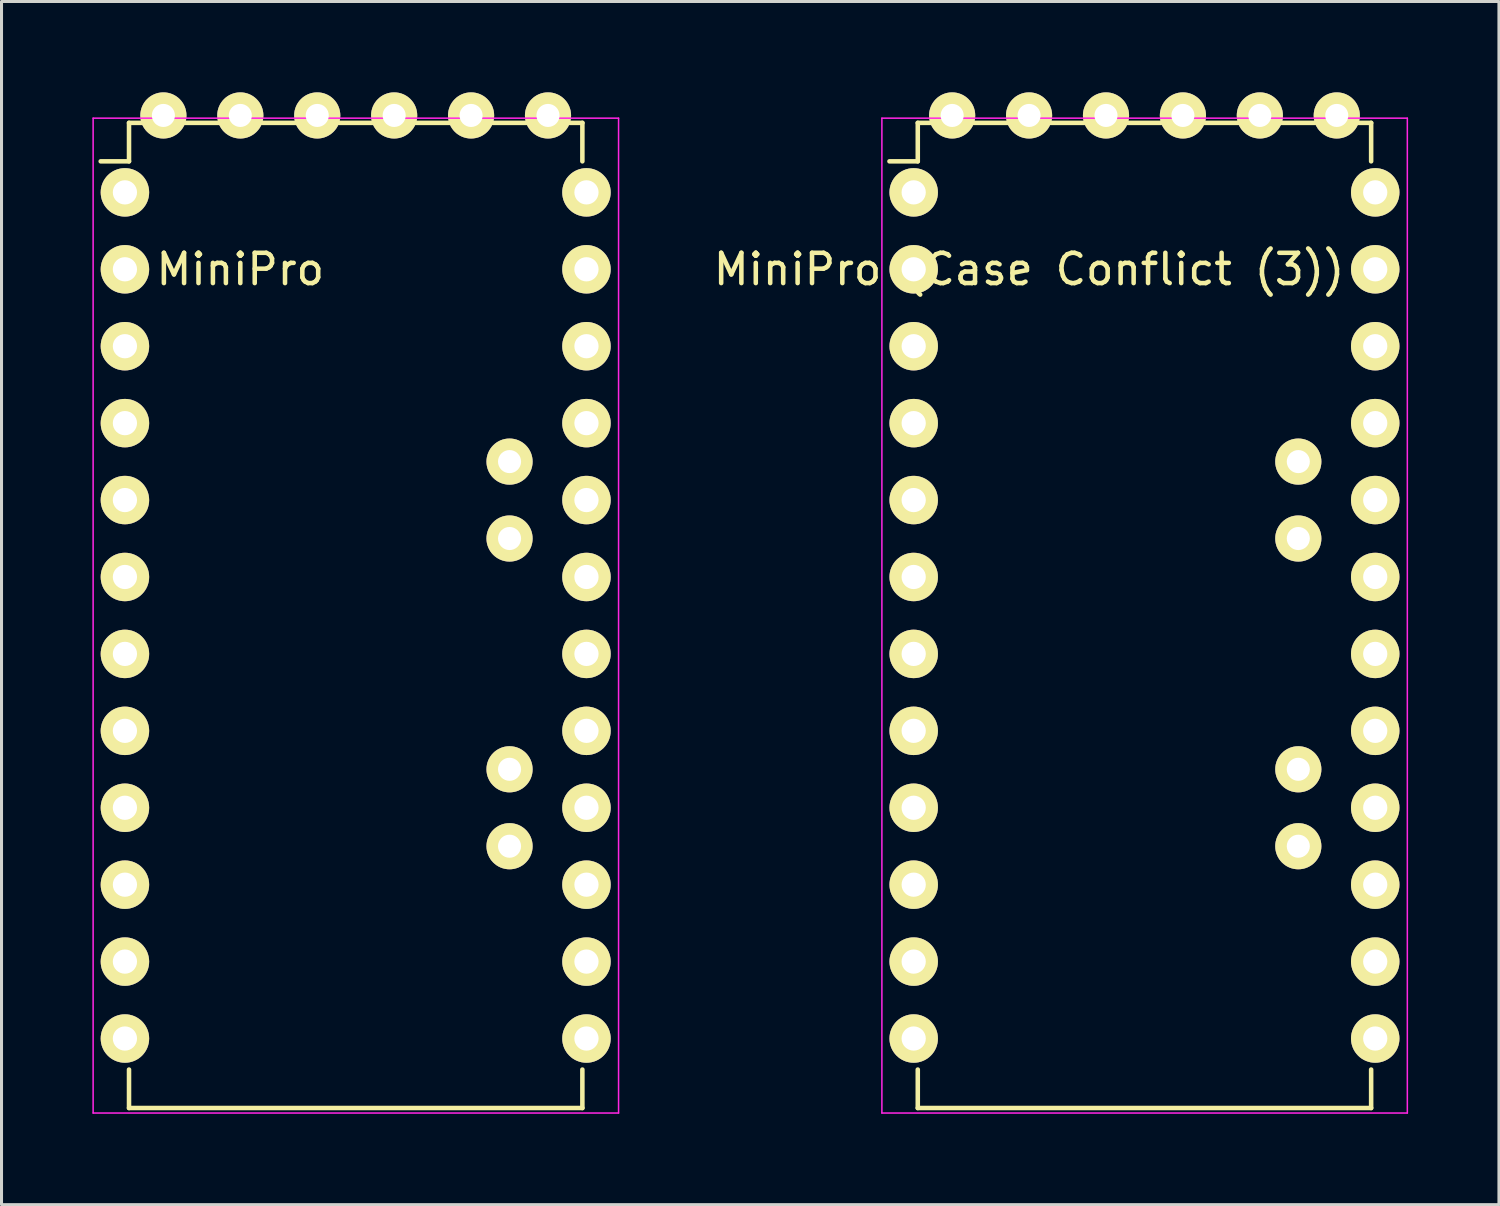
<source format=kicad_pcb>
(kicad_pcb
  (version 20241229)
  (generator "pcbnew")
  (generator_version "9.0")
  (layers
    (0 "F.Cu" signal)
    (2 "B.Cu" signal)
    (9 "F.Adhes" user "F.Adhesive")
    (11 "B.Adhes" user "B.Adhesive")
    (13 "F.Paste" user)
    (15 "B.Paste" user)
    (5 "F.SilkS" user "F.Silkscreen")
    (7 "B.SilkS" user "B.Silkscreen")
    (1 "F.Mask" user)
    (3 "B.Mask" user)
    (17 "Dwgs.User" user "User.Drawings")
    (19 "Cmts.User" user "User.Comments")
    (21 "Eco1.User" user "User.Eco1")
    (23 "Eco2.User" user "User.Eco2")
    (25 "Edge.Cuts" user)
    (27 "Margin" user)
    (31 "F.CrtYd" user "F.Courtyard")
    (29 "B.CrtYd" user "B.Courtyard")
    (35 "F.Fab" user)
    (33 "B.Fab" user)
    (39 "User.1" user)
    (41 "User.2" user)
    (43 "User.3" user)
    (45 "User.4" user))
  (footprint "MiniPro (Case Conflict (3))"
    (layer "F.Cu")
    (at 27.12 2.032)
    (property "Reference" "MiniPro (Case Conflict (3))" (at 3.81 3.81 0) (layer "F.SilkS") (effects (font (size 1 1) (thickness 0.15))))
    (attr through_hole)
    (fp_line (start 0.135 -1.025) (end 0.135 0.245) (stroke (width 0.15) (type solid)) (layer "F.SilkS"))
    (fp_line (start 0.135 -1.025) (end 15.105 -1.025) (stroke (width 0.15) (type solid)) (layer "F.SilkS"))
    (fp_line (start 0.135 0.245) (end -0.8 0.245) (stroke (width 0.15) (type solid)) (layer "F.SilkS"))
    (fp_line (start 0.135 31.505) (end 0.135 30.235) (stroke (width 0.15) (type solid)) (layer "F.SilkS"))
    (fp_line (start 0.135 31.505) (end 15.105 31.505) (stroke (width 0.15) (type solid)) (layer "F.SilkS"))
    (fp_line (start 15.105 -1.025) (end 15.105 0.245) (stroke (width 0.15) (type solid)) (layer "F.SilkS"))
    (fp_line (start 15.105 31.505) (end 15.105 30.235) (stroke (width 0.15) (type solid)) (layer "F.SilkS"))
    (fp_line (start -1.05 -1.18) (end -1.05 31.67) (stroke (width 0.05) (type solid)) (layer "F.CrtYd"))
    (fp_line (start -1.05 -1.18) (end 16.3 -1.18) (stroke (width 0.05) (type solid)) (layer "F.CrtYd"))
    (fp_line (start -1.05 31.67) (end 16.3 31.67) (stroke (width 0.05) (type solid)) (layer "F.CrtYd"))
    (fp_line (start 16.3 -1.18) (end 16.3 31.67) (stroke (width 0.05) (type solid)) (layer "F.CrtYd"))
    (pad "1" thru_hole oval (at 0 1.27) (size 1.6 1.6) (drill 0.8) (layers "*.Cu" "*.Mask" "F.SilkS"))
    (pad "2" thru_hole oval (at 0 3.81) (size 1.6 1.6) (drill 0.8) (layers "*.Cu" "*.Mask" "F.SilkS"))
    (pad "3" thru_hole oval (at 0 6.35) (size 1.6 1.6) (drill 0.8) (layers "*.Cu" "*.Mask" "F.SilkS"))
    (pad "4" thru_hole oval (at 0 8.89) (size 1.6 1.6) (drill 0.8) (layers "*.Cu" "*.Mask" "F.SilkS"))
    (pad "5" thru_hole oval (at 0 11.43) (size 1.6 1.6) (drill 0.8) (layers "*.Cu" "*.Mask" "F.SilkS"))
    (pad "6" thru_hole oval (at 0 13.97) (size 1.6 1.6) (drill 0.8) (layers "*.Cu" "*.Mask" "F.SilkS"))
    (pad "7" thru_hole oval (at 0 16.51) (size 1.6 1.6) (drill 0.8) (layers "*.Cu" "*.Mask" "F.SilkS"))
    (pad "8" thru_hole oval (at 0 19.05) (size 1.6 1.6) (drill 0.8) (layers "*.Cu" "*.Mask" "F.SilkS"))
    (pad "9" thru_hole oval (at 0 21.59) (size 1.6 1.6) (drill 0.8) (layers "*.Cu" "*.Mask" "F.SilkS"))
    (pad "10" thru_hole oval (at 0 24.13) (size 1.6 1.6) (drill 0.8) (layers "*.Cu" "*.Mask" "F.SilkS"))
    (pad "11" thru_hole oval (at 0 26.67) (size 1.6 1.6) (drill 0.8) (layers "*.Cu" "*.Mask" "F.SilkS"))
    (pad "12" thru_hole oval (at 0 29.21) (size 1.6 1.6) (drill 0.8) (layers "*.Cu" "*.Mask" "F.SilkS"))
    (pad "13" thru_hole oval (at 15.24 29.21) (size 1.6 1.6) (drill 0.8) (layers "*.Cu" "*.Mask" "F.SilkS"))
    (pad "14" thru_hole oval (at 15.24 26.67) (size 1.6 1.6) (drill 0.8) (layers "*.Cu" "*.Mask" "F.SilkS"))
    (pad "15" thru_hole oval (at 15.24 24.13) (size 1.6 1.6) (drill 0.8) (layers "*.Cu" "*.Mask" "F.SilkS"))
    (pad "16" thru_hole oval (at 15.24 21.59) (size 1.6 1.6) (drill 0.8) (layers "*.Cu" "*.Mask" "F.SilkS"))
    (pad "17" thru_hole oval (at 15.24 19.05) (size 1.6 1.6) (drill 0.8) (layers "*.Cu" "*.Mask" "F.SilkS"))
    (pad "18" thru_hole oval (at 15.24 16.51) (size 1.6 1.6) (drill 0.8) (layers "*.Cu" "*.Mask" "F.SilkS"))
    (pad "19" thru_hole oval (at 15.24 13.97) (size 1.6 1.6) (drill 0.8) (layers "*.Cu" "*.Mask" "F.SilkS"))
    (pad "20" thru_hole oval (at 15.24 11.43) (size 1.6 1.6) (drill 0.8) (layers "*.Cu" "*.Mask" "F.SilkS"))
    (pad "21" thru_hole oval (at 15.24 8.89) (size 1.6 1.6) (drill 0.8) (layers "*.Cu" "*.Mask" "F.SilkS"))
    (pad "22" thru_hole oval (at 15.24 6.35) (size 1.6 1.6) (drill 0.8) (layers "*.Cu" "*.Mask" "F.SilkS"))
    (pad "23" thru_hole oval (at 15.24 3.81) (size 1.6 1.6) (drill 0.8) (layers "*.Cu" "*.Mask" "F.SilkS"))
    (pad "24" thru_hole oval (at 15.24 1.27) (size 1.6 1.6) (drill 0.8) (layers "*.Cu" "*.Mask" "F.SilkS"))
    (pad "25" thru_hole circle (at 12.7 22.86) (size 1.524 1.524) (drill 0.762) (layers "*.Cu" "*.Mask" "F.SilkS"))
    (pad "26" thru_hole circle (at 12.7 20.32) (size 1.524 1.524) (drill 0.762) (layers "*.Cu" "*.Mask" "F.SilkS"))
    (pad "27" thru_hole circle (at 12.7 12.7) (size 1.524 1.524) (drill 0.762) (layers "*.Cu" "*.Mask" "F.SilkS"))
    (pad "28" thru_hole circle (at 12.7 10.16) (size 1.524 1.524) (drill 0.762) (layers "*.Cu" "*.Mask" "F.SilkS"))
    (pad "29" thru_hole circle (at 1.27 -1.27) (size 1.524 1.524) (drill 0.762) (layers "*.Cu" "*.Mask" "F.SilkS"))
    (pad "30" thru_hole circle (at 3.81 -1.27) (size 1.524 1.524) (drill 0.762) (layers "*.Cu" "*.Mask" "F.SilkS"))
    (pad "31" thru_hole circle (at 6.35 -1.27) (size 1.524 1.524) (drill 0.762) (layers "*.Cu" "*.Mask" "F.SilkS"))
    (pad "32" thru_hole circle (at 8.89 -1.27) (size 1.524 1.524) (drill 0.762) (layers "*.Cu" "*.Mask" "F.SilkS"))
    (pad "33" thru_hole circle (at 11.43 -1.27) (size 1.524 1.524) (drill 0.762) (layers "*.Cu" "*.Mask" "F.SilkS"))
    (pad "34" thru_hole circle (at 13.97 -1.27) (size 1.524 1.524) (drill 0.762) (layers "*.Cu" "*.Mask" "F.SilkS")))
  (footprint "MiniPro"
    (layer "F.Cu")
    (at 1.075 3.302)
    (property "Reference" "MiniPro" (at 3.81 2.54 0) (layer "F.SilkS") (effects (font (size 1 1) (thickness 0.15))))
    (attr through_hole)
    (fp_line (start 0.135 -2.295) (end 0.135 -1.025) (stroke (width 0.15) (type solid)) (layer "F.SilkS"))
    (fp_line (start 0.135 -2.295) (end 15.105 -2.295) (stroke (width 0.15) (type solid)) (layer "F.SilkS"))
    (fp_line (start 0.135 -1.025) (end -0.8 -1.025) (stroke (width 0.15) (type solid)) (layer "F.SilkS"))
    (fp_line (start 0.135 30.235) (end 0.135 28.965) (stroke (width 0.15) (type solid)) (layer "F.SilkS"))
    (fp_line (start 0.135 30.235) (end 15.105 30.235) (stroke (width 0.15) (type solid)) (layer "F.SilkS"))
    (fp_line (start 15.105 -2.295) (end 15.105 -1.025) (stroke (width 0.15) (type solid)) (layer "F.SilkS"))
    (fp_line (start 15.105 30.235) (end 15.105 28.965) (stroke (width 0.15) (type solid)) (layer "F.SilkS"))
    (fp_line (start -1.05 -2.45) (end -1.05 30.4) (stroke (width 0.05) (type solid)) (layer "F.CrtYd"))
    (fp_line (start -1.05 -2.45) (end 16.3 -2.45) (stroke (width 0.05) (type solid)) (layer "F.CrtYd"))
    (fp_line (start -1.05 30.4) (end 16.3 30.4) (stroke (width 0.05) (type solid)) (layer "F.CrtYd"))
    (fp_line (start 16.3 -2.45) (end 16.3 30.4) (stroke (width 0.05) (type solid)) (layer "F.CrtYd"))
    (pad "1" thru_hole oval (at 0 0) (size 1.6 1.6) (drill 0.8) (layers "*.Cu" "*.Mask" "F.SilkS"))
    (pad "2" thru_hole oval (at 0 2.54) (size 1.6 1.6) (drill 0.8) (layers "*.Cu" "*.Mask" "F.SilkS"))
    (pad "3" thru_hole oval (at 0 5.08) (size 1.6 1.6) (drill 0.8) (layers "*.Cu" "*.Mask" "F.SilkS"))
    (pad "4" thru_hole oval (at 0 7.62) (size 1.6 1.6) (drill 0.8) (layers "*.Cu" "*.Mask" "F.SilkS"))
    (pad "5" thru_hole oval (at 0 10.16) (size 1.6 1.6) (drill 0.8) (layers "*.Cu" "*.Mask" "F.SilkS"))
    (pad "6" thru_hole oval (at 0 12.7) (size 1.6 1.6) (drill 0.8) (layers "*.Cu" "*.Mask" "F.SilkS"))
    (pad "7" thru_hole oval (at 0 15.24) (size 1.6 1.6) (drill 0.8) (layers "*.Cu" "*.Mask" "F.SilkS"))
    (pad "8" thru_hole oval (at 0 17.78) (size 1.6 1.6) (drill 0.8) (layers "*.Cu" "*.Mask" "F.SilkS"))
    (pad "9" thru_hole oval (at 0 20.32) (size 1.6 1.6) (drill 0.8) (layers "*.Cu" "*.Mask" "F.SilkS"))
    (pad "10" thru_hole oval (at 0 22.86) (size 1.6 1.6) (drill 0.8) (layers "*.Cu" "*.Mask" "F.SilkS"))
    (pad "11" thru_hole oval (at 0 25.4) (size 1.6 1.6) (drill 0.8) (layers "*.Cu" "*.Mask" "F.SilkS"))
    (pad "12" thru_hole oval (at 0 27.94) (size 1.6 1.6) (drill 0.8) (layers "*.Cu" "*.Mask" "F.SilkS"))
    (pad "13" thru_hole oval (at 15.24 27.94) (size 1.6 1.6) (drill 0.8) (layers "*.Cu" "*.Mask" "F.SilkS"))
    (pad "14" thru_hole oval (at 15.24 25.4) (size 1.6 1.6) (drill 0.8) (layers "*.Cu" "*.Mask" "F.SilkS"))
    (pad "15" thru_hole oval (at 15.24 22.86) (size 1.6 1.6) (drill 0.8) (layers "*.Cu" "*.Mask" "F.SilkS"))
    (pad "16" thru_hole oval (at 15.24 20.32) (size 1.6 1.6) (drill 0.8) (layers "*.Cu" "*.Mask" "F.SilkS"))
    (pad "17" thru_hole oval (at 15.24 17.78) (size 1.6 1.6) (drill 0.8) (layers "*.Cu" "*.Mask" "F.SilkS"))
    (pad "18" thru_hole oval (at 15.24 15.24) (size 1.6 1.6) (drill 0.8) (layers "*.Cu" "*.Mask" "F.SilkS"))
    (pad "19" thru_hole oval (at 15.24 12.7) (size 1.6 1.6) (drill 0.8) (layers "*.Cu" "*.Mask" "F.SilkS"))
    (pad "20" thru_hole oval (at 15.24 10.16) (size 1.6 1.6) (drill 0.8) (layers "*.Cu" "*.Mask" "F.SilkS"))
    (pad "21" thru_hole oval (at 15.24 7.62) (size 1.6 1.6) (drill 0.8) (layers "*.Cu" "*.Mask" "F.SilkS"))
    (pad "22" thru_hole oval (at 15.24 5.08) (size 1.6 1.6) (drill 0.8) (layers "*.Cu" "*.Mask" "F.SilkS"))
    (pad "23" thru_hole oval (at 15.24 2.54) (size 1.6 1.6) (drill 0.8) (layers "*.Cu" "*.Mask" "F.SilkS"))
    (pad "24" thru_hole oval (at 15.24 0) (size 1.6 1.6) (drill 0.8) (layers "*.Cu" "*.Mask" "F.SilkS"))
    (pad "25" thru_hole circle (at 12.7 21.59) (size 1.524 1.524) (drill 0.762) (layers "*.Cu" "*.Mask" "F.SilkS"))
    (pad "26" thru_hole circle (at 12.7 19.05) (size 1.524 1.524) (drill 0.762) (layers "*.Cu" "*.Mask" "F.SilkS"))
    (pad "27" thru_hole circle (at 12.7 11.43) (size 1.524 1.524) (drill 0.762) (layers "*.Cu" "*.Mask" "F.SilkS"))
    (pad "28" thru_hole circle (at 12.7 8.89) (size 1.524 1.524) (drill 0.762) (layers "*.Cu" "*.Mask" "F.SilkS"))
    (pad "29" thru_hole circle (at 1.27 -2.54) (size 1.524 1.524) (drill 0.762) (layers "*.Cu" "*.Mask" "F.SilkS"))
    (pad "30" thru_hole circle (at 3.81 -2.54) (size 1.524 1.524) (drill 0.762) (layers "*.Cu" "*.Mask" "F.SilkS"))
    (pad "31" thru_hole circle (at 6.35 -2.54) (size 1.524 1.524) (drill 0.762) (layers "*.Cu" "*.Mask" "F.SilkS"))
    (pad "32" thru_hole circle (at 8.89 -2.54) (size 1.524 1.524) (drill 0.762) (layers "*.Cu" "*.Mask" "F.SilkS"))
    (pad "33" thru_hole circle (at 11.43 -2.54) (size 1.524 1.524) (drill 0.762) (layers "*.Cu" "*.Mask" "F.SilkS"))
    (pad "34" thru_hole circle (at 13.97 -2.54) (size 1.524 1.524) (drill 0.762) (layers "*.Cu" "*.Mask" "F.SilkS")))
  (gr_rect
    (start -3 -3)
    (end 46.445 36.727)
    (stroke (width 0.1) (type default))
    (fill no)
    (layer "Edge.Cuts")))
</source>
